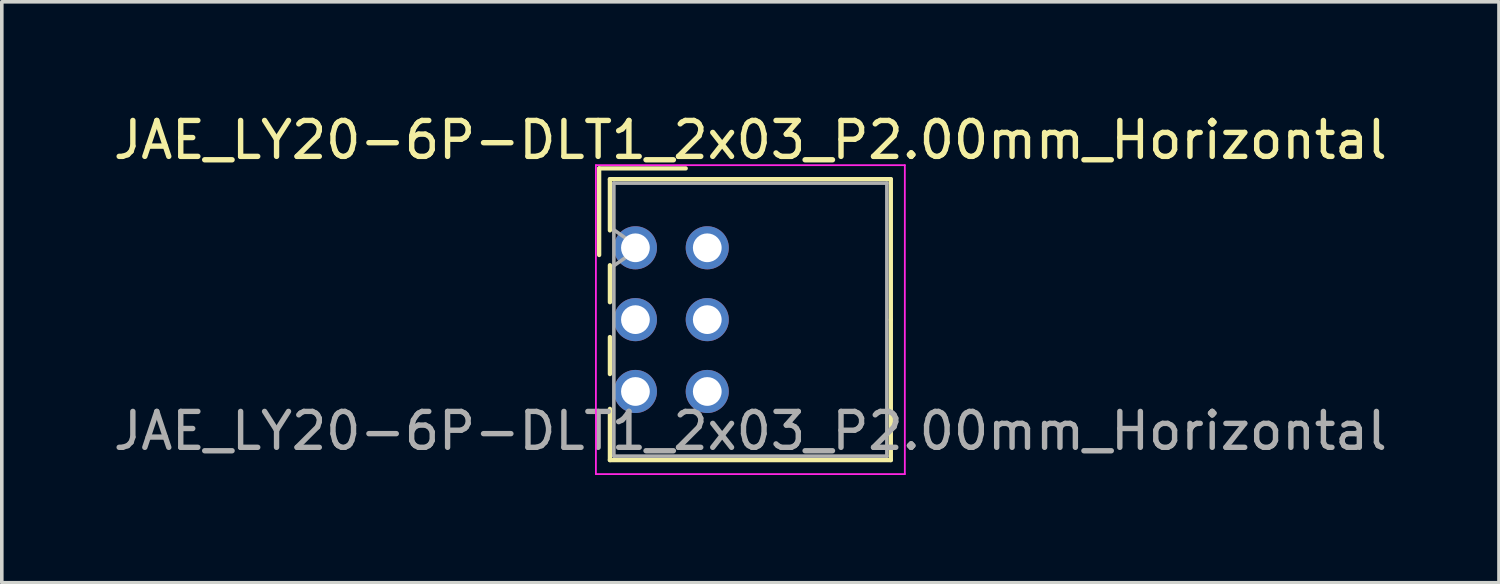
<source format=kicad_pcb>
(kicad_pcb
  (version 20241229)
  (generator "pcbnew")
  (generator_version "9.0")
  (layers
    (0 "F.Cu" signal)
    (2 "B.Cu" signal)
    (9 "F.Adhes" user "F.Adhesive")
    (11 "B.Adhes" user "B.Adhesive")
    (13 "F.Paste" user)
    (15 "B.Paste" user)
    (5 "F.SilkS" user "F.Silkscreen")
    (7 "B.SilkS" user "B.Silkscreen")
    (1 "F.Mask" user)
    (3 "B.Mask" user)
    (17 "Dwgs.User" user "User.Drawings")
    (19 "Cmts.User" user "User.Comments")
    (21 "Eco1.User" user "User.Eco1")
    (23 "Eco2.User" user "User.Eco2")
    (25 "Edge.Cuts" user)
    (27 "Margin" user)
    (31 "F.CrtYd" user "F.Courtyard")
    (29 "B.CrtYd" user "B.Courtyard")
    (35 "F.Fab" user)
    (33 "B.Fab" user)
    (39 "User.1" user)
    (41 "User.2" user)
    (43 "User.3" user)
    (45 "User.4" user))
  (footprint "JAE_LY20-6P-DLT1_2x03_P2.00mm_Horizontal"
    (layer "F.Cu")
    (at 14.639 3.848)
    (property "Reference" "JAE_LY20-6P-DLT1_2x03_P2.00mm_Horizontal" (at 3.2 -3 0) (layer "F.SilkS") (effects (font (size 1 1) (thickness 0.15))))
    (attr through_hole)
    (fp_line (start -1.01 -2.21) (end -1.01 0.2) (stroke (width 0.12) (type solid)) (layer "F.SilkS"))
    (fp_line (start -0.71 -1.91) (end 7.11 -1.91) (stroke (width 0.12) (type solid)) (layer "F.SilkS"))
    (fp_line (start -0.71 -0.485) (end -0.71 -1.91) (stroke (width 0.12) (type solid)) (layer "F.SilkS"))
    (fp_line (start -0.71 0.485) (end -0.71 1.515) (stroke (width 0.12) (type solid)) (layer "F.SilkS"))
    (fp_line (start -0.71 2.485) (end -0.71 3.515) (stroke (width 0.12) (type solid)) (layer "F.SilkS"))
    (fp_line (start -0.71 4.485) (end -0.71 5.91) (stroke (width 0.12) (type solid)) (layer "F.SilkS"))
    (fp_line (start -0.71 5.91) (end 7.11 5.91) (stroke (width 0.12) (type solid)) (layer "F.SilkS"))
    (fp_line (start 1.4 -2.21) (end -1.01 -2.21) (stroke (width 0.12) (type solid)) (layer "F.SilkS"))
    (fp_line (start 7.11 -1.91) (end 7.11 2) (stroke (width 0.12) (type solid)) (layer "F.SilkS"))
    (fp_line (start 7.11 5.91) (end 7.11 2) (stroke (width 0.12) (type solid)) (layer "F.SilkS"))
    (fp_line (start -1.1 -2.3) (end -1.1 6.3) (stroke (width 0.05) (type solid)) (layer "F.CrtYd"))
    (fp_line (start -1.1 6.3) (end 7.5 6.3) (stroke (width 0.05) (type solid)) (layer "F.CrtYd"))
    (fp_line (start 7.5 -2.3) (end -1.1 -2.3) (stroke (width 0.05) (type solid)) (layer "F.CrtYd"))
    (fp_line (start 7.5 6.3) (end 7.5 -2.3) (stroke (width 0.05) (type solid)) (layer "F.CrtYd"))
    (fp_line (start -0.6 -1.8) (end -0.6 5.8) (stroke (width 0.1) (type solid)) (layer "F.Fab"))
    (fp_line (start -0.6 0.5) (end 0.107 0) (stroke (width 0.1) (type solid)) (layer "F.Fab"))
    (fp_line (start -0.6 5.8) (end 7 5.8) (stroke (width 0.1) (type solid)) (layer "F.Fab"))
    (fp_line (start 0.107 0) (end -0.6 -0.5) (stroke (width 0.1) (type solid)) (layer "F.Fab"))
    (fp_line (start 7 -1.8) (end -0.6 -1.8) (stroke (width 0.1) (type solid)) (layer "F.Fab"))
    (fp_line (start 7 5.8) (end 7 -1.8) (stroke (width 0.1) (type solid)) (layer "F.Fab"))
    (fp_text user "${REFERENCE}" (at 3.2 5.1 0) (layer "F.Fab") (effects (font (size 1 1) (thickness 0.15))))
    (pad "a1" thru_hole circle (at 0 0) (size 1.2 1.2) (drill 0.8) (layers "*.Cu" "*.Mask"))
    (pad "a2" thru_hole circle (at 0 2) (size 1.2 1.2) (drill 0.8) (layers "*.Cu" "*.Mask"))
    (pad "a3" thru_hole circle (at 0 4) (size 1.2 1.2) (drill 0.8) (layers "*.Cu" "*.Mask"))
    (pad "b1" thru_hole circle (at 2 0) (size 1.2 1.2) (drill 0.8) (layers "*.Cu" "*.Mask"))
    (pad "b2" thru_hole circle (at 2 2) (size 1.2 1.2) (drill 0.8) (layers "*.Cu" "*.Mask"))
    (pad "b3" thru_hole circle (at 2 4) (size 1.2 1.2) (drill 0.8) (layers "*.Cu" "*.Mask")))
  (gr_rect
    (start -3 -3)
    (end 38.679 13.173)
    (stroke (width 0.1) (type default))
    (fill no)
    (layer "Edge.Cuts")))
</source>
